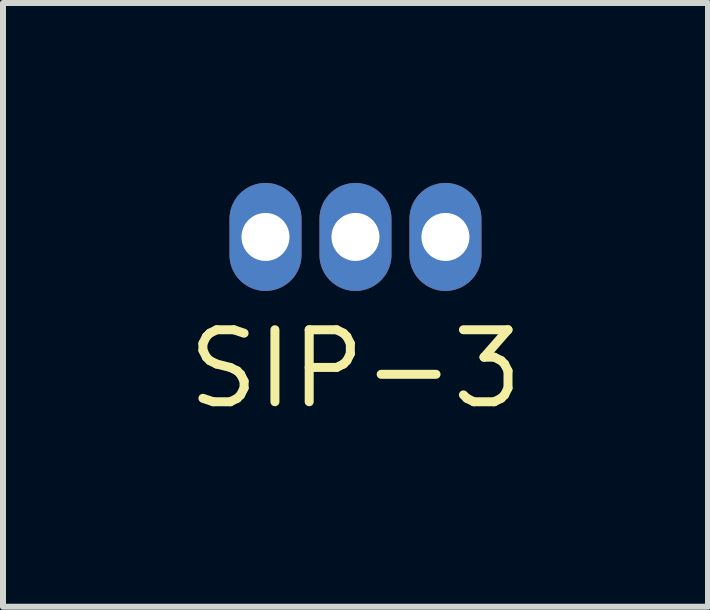
<source format=kicad_pcb>
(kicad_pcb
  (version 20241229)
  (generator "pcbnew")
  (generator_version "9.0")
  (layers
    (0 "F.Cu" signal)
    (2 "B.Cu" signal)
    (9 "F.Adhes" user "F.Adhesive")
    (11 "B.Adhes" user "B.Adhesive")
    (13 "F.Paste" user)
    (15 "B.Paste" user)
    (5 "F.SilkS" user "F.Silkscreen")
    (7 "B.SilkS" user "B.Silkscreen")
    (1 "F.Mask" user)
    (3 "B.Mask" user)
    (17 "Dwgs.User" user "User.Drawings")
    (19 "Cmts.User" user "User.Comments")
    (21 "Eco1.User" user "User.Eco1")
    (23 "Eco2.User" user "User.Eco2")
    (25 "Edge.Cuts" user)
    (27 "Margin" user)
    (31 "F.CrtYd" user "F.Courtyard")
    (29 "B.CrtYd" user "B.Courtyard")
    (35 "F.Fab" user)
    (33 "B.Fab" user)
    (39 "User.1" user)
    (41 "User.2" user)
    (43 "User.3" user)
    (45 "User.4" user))
  (footprint "SIP-3"
    (layer "F.Cu")
    (at 2.876 0.9)
    (property "Reference" "SIP-3" (at 0 2.2 0) (layer "F.SilkS") (effects (font (size 1.2 1.2) (thickness 0.15))))
    (attr through_hole)
    (pad "1" thru_hole oval (at -1.5 0) (size 1.2 1.8) (drill 0.8) (layers "*.Cu" "*.Mask"))
    (pad "2" thru_hole oval (at 0 0) (size 1.2 1.8) (drill 0.8) (layers "*.Cu" "*.Mask"))
    (pad "3" thru_hole oval (at 1.5 0) (size 1.2 1.8) (drill 0.8) (layers "*.Cu" "*.Mask")))
  (gr_rect
    (start -3 -3)
    (end 8.753 7.065)
    (stroke (width 0.1) (type default))
    (fill no)
    (layer "Edge.Cuts")))
</source>
